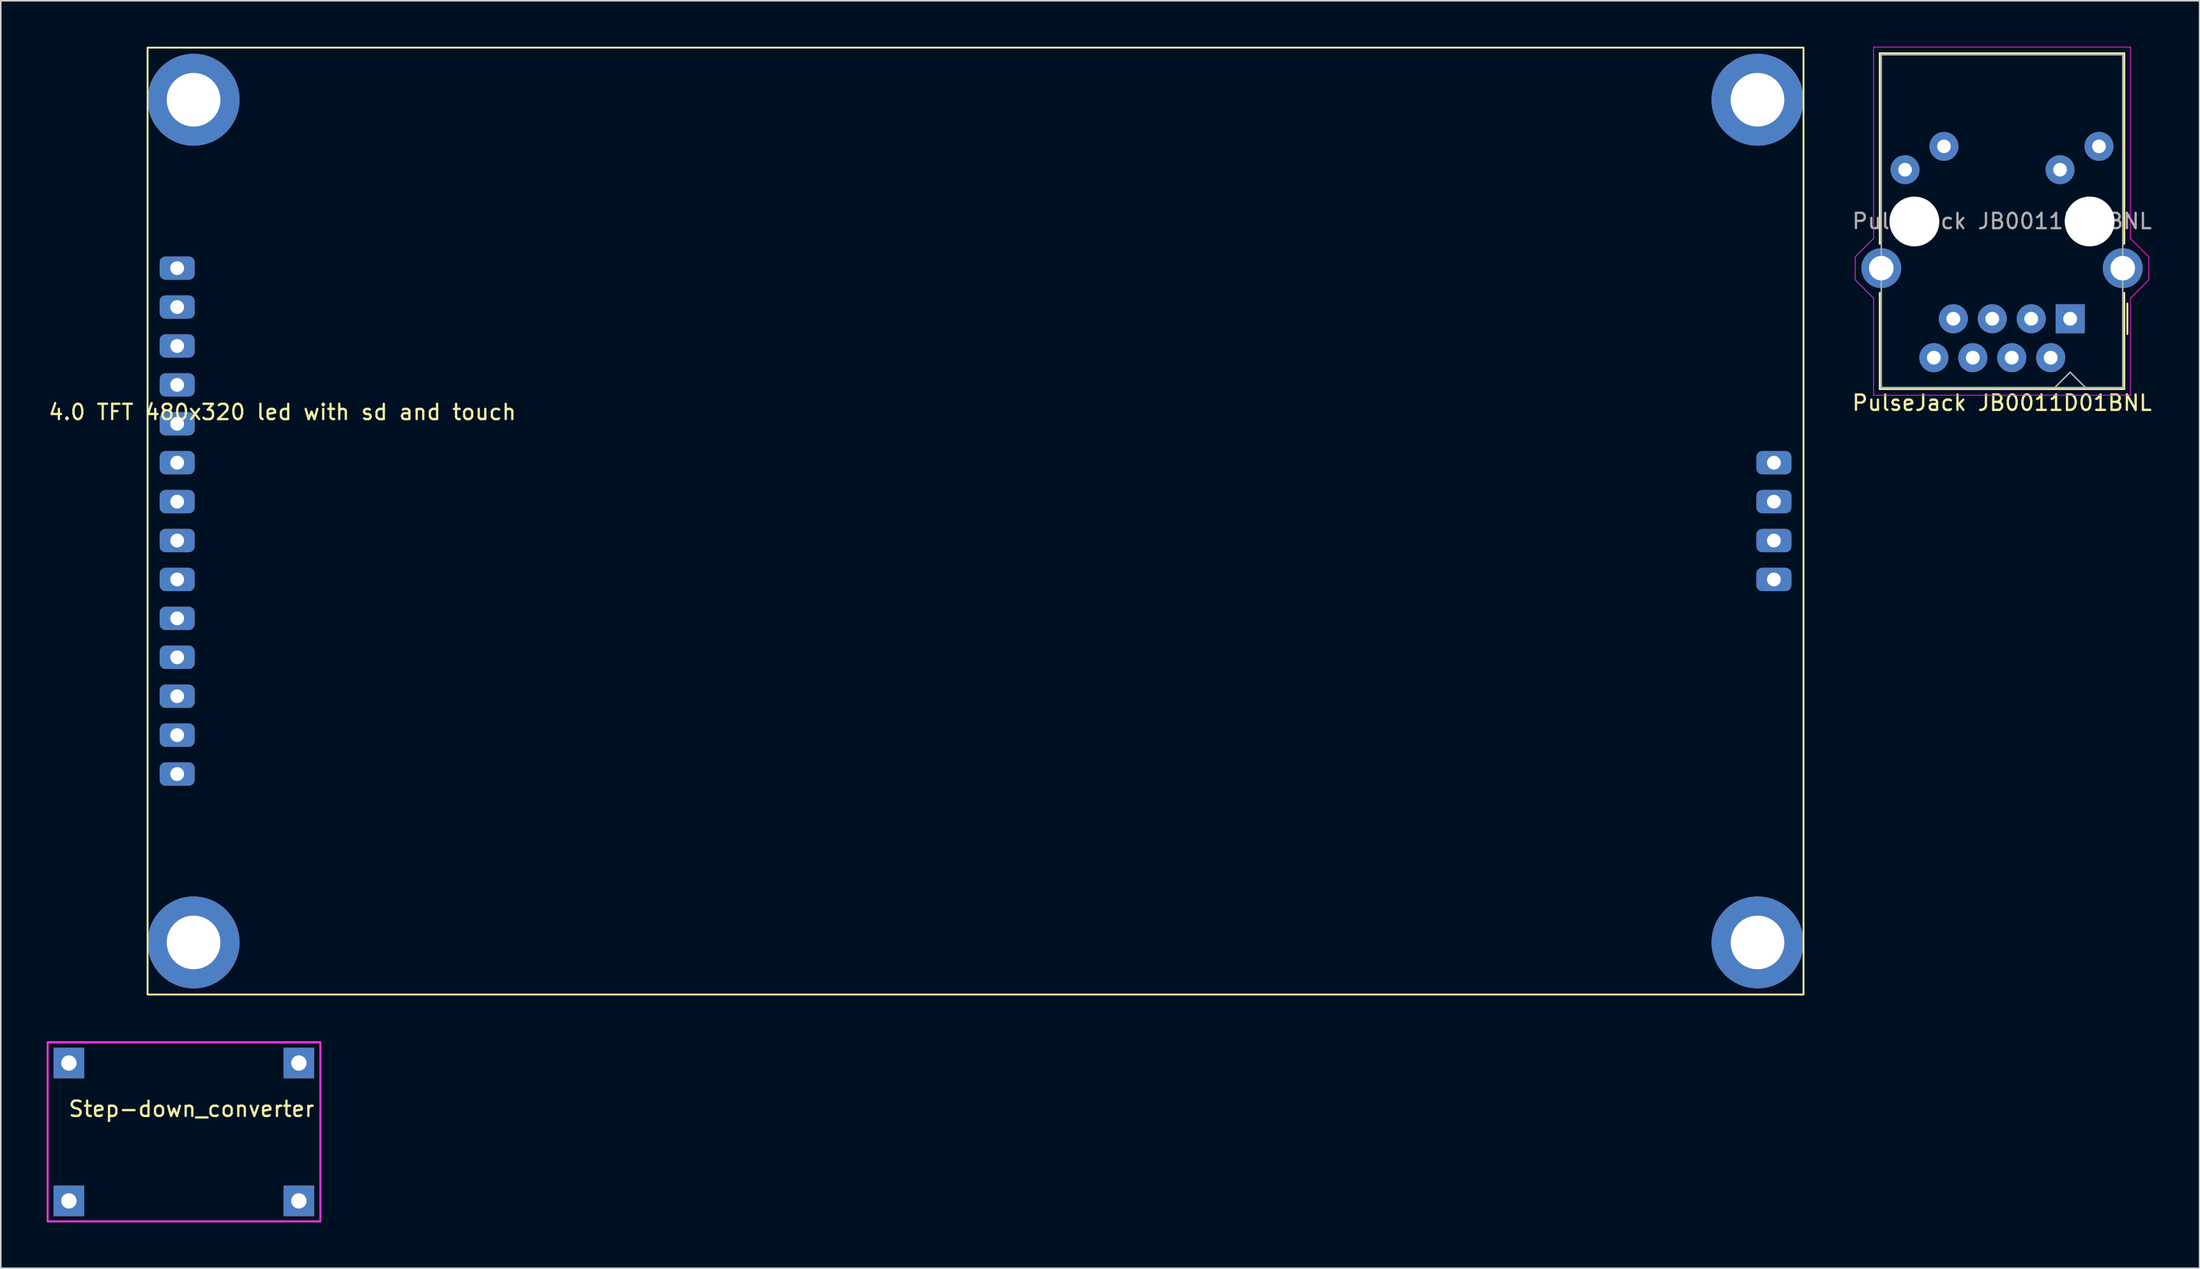
<source format=kicad_pcb>
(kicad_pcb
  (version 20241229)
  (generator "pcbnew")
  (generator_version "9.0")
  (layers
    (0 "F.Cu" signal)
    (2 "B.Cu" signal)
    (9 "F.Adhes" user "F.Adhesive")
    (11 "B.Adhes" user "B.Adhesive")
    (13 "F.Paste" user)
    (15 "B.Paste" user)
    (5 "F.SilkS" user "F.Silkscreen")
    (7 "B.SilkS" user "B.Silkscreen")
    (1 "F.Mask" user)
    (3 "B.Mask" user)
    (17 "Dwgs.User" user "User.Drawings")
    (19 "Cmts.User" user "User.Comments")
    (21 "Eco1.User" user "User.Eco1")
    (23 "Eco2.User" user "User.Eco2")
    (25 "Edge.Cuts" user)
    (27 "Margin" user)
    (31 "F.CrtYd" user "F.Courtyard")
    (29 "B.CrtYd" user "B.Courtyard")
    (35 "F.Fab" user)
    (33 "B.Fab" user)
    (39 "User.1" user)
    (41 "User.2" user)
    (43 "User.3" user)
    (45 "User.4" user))
  (footprint "PulseJack JB0011D01BNL"
    (layer "F.Cu")
    (at 131.967 17.755)
    (property "Reference" "PulseJack JB0011D01BNL" (at -4.445 5.49 180) (layer "F.SilkS") (effects (font (size 1 1) (thickness 0.15))))
    (attr through_hole)
    (fp_line (start -12.42 -17.33) (end 3.53 -17.33) (stroke (width 0.12) (type solid)) (layer "F.SilkS"))
    (fp_line (start -12.42 -4.89) (end -12.42 -17.33) (stroke (width 0.12) (type solid)) (layer "F.SilkS"))
    (fp_line (start -12.42 4.59) (end -12.42 -1.69) (stroke (width 0.12) (type solid)) (layer "F.SilkS"))
    (fp_line (start 3.53 -17.33) (end 3.53 -4.89) (stroke (width 0.12) (type solid)) (layer "F.SilkS"))
    (fp_line (start 3.53 -1.69) (end 3.53 4.59) (stroke (width 0.12) (type solid)) (layer "F.SilkS"))
    (fp_line (start 3.53 4.59) (end -12.42 4.59) (stroke (width 0.12) (type solid)) (layer "F.SilkS"))
    (fp_line (start 3.73 1) (end 3.73 -1) (stroke (width 0.12) (type solid)) (layer "F.SilkS"))
    (fp_line (start -14.02 -4.04) (end -12.82 -5.24) (stroke (width 0.05) (type default)) (layer "F.CrtYd"))
    (fp_line (start -14.02 -2.54) (end -14.02 -4.04) (stroke (width 0.05) (type solid)) (layer "F.CrtYd"))
    (fp_line (start -12.82 -5.24) (end -12.82 -17.73) (stroke (width 0.05) (type solid)) (layer "F.CrtYd"))
    (fp_line (start -12.82 -1.34) (end -14.02 -2.54) (stroke (width 0.05) (type default)) (layer "F.CrtYd"))
    (fp_line (start -12.82 4.99) (end -12.82 -1.34) (stroke (width 0.05) (type solid)) (layer "F.CrtYd"))
    (fp_line (start -12.82 4.99) (end 3.93 4.99) (stroke (width 0.05) (type solid)) (layer "F.CrtYd"))
    (fp_line (start 3.93 -17.73) (end -12.82 -17.73) (stroke (width 0.05) (type solid)) (layer "F.CrtYd"))
    (fp_line (start 3.93 -5.24) (end 3.93 -17.73) (stroke (width 0.05) (type solid)) (layer "F.CrtYd"))
    (fp_line (start 3.93 -1.34) (end 5.13 -2.54) (stroke (width 0.05) (type default)) (layer "F.CrtYd"))
    (fp_line (start 3.93 4.99) (end 3.93 -1.34) (stroke (width 0.05) (type solid)) (layer "F.CrtYd"))
    (fp_line (start 5.13 -4.04) (end 3.93 -5.24) (stroke (width 0.05) (type default)) (layer "F.CrtYd"))
    (fp_line (start 5.13 -2.54) (end 5.13 -4.04) (stroke (width 0.05) (type solid)) (layer "F.CrtYd"))
    (fp_line (start -12.32 -17.23) (end 3.43 -17.23) (stroke (width 0.1) (type solid)) (layer "F.Fab"))
    (fp_line (start -12.32 4.49) (end -12.32 -17.23) (stroke (width 0.1) (type solid)) (layer "F.Fab"))
    (fp_line (start 0 3.49) (end -1 4.49) (stroke (width 0.1) (type default)) (layer "F.Fab"))
    (fp_line (start 0 3.49) (end 1 4.49) (stroke (width 0.1) (type default)) (layer "F.Fab"))
    (fp_line (start 3.43 -17.23) (end 3.43 4.49) (stroke (width 0.1) (type solid)) (layer "F.Fab"))
    (fp_line (start 3.43 4.49) (end -12.32 4.49) (stroke (width 0.1) (type solid)) (layer "F.Fab"))
    (fp_text user "${REFERENCE}" (at -4.445 -6.37 180) (layer "F.Fab") (effects (font (size 1 1) (thickness 0.15))))
    (pad "" np_thru_hole circle (at -10.16 -6.35 180) (size 3.25 3.25) (drill 3.25) (layers "*.Cu" "*.Mask"))
    (pad "" np_thru_hole circle (at 1.27 -6.35 180) (size 3.25 3.25) (drill 3.25) (layers "*.Cu" "*.Mask"))
    (pad "1" thru_hole rect (at 0 0 180) (size 1.9 1.9) (drill 0.9) (layers "*.Cu" "*.Mask"))
    (pad "2" thru_hole circle (at -1.27 2.54 180) (size 1.9 1.9) (drill 0.9) (layers "*.Cu" "*.Mask"))
    (pad "3" thru_hole circle (at -2.54 0 180) (size 1.9 1.9) (drill 0.9) (layers "*.Cu" "*.Mask"))
    (pad "4" thru_hole circle (at -3.81 2.54 180) (size 1.9 1.9) (drill 0.9) (layers "*.Cu" "*.Mask"))
    (pad "5" thru_hole circle (at -5.08 0 180) (size 1.9 1.9) (drill 0.9) (layers "*.Cu" "*.Mask"))
    (pad "6" thru_hole circle (at -6.35 2.54 180) (size 1.9 1.9) (drill 0.9) (layers "*.Cu" "*.Mask"))
    (pad "7" thru_hole circle (at -7.62 0 180) (size 1.9 1.9) (drill 0.9) (layers "*.Cu" "*.Mask"))
    (pad "8" thru_hole circle (at -8.89 2.54 180) (size 1.9 1.9) (drill 0.9) (layers "*.Cu" "*.Mask"))
    (pad "9" thru_hole circle (at 1.88 -11.252 180) (size 1.89 1.89) (drill 0.89) (layers "*.Cu" "*.Mask"))
    (pad "10" thru_hole circle (at -0.66 -9.728 180) (size 1.89 1.89) (drill 0.89) (layers "*.Cu" "*.Mask"))
    (pad "11" thru_hole circle (at -8.23 -11.252 180) (size 1.89 1.89) (drill 0.89) (layers "*.Cu" "*.Mask"))
    (pad "12" thru_hole circle (at -10.77 -9.728 180) (size 1.89 1.89) (drill 0.89) (layers "*.Cu" "*.Mask"))
    (pad "SH" thru_hole circle (at -12.319 -3.302 180) (size 2.6 2.6) (drill 1.6) (layers "*.Cu" "*.Mask"))
    (pad "SH" thru_hole circle (at 3.429 -3.302 180) (size 2.6 2.6) (drill 1.6) (layers "*.Cu" "*.Mask"))
    (zone (net_name "") (layers "F.Cu" "B.Cu" "F.SilkS") (name "No trace zone") (hatch edge 0.5) (connect_pads) (min_thickness 0.25) (filled_areas_thickness no) (keepout (tracks not_allowed) (vias not_allowed) (pads not_allowed) (copperpour allowed) (footprints allowed)) (placement (enabled no)) (fill) (polygon (pts (xy 135.65 3.785) (xy 119.394 3.785) (xy 119.394 0.229) (xy 135.65 0.229)))))
  (footprint "Step-down_converter"
    (layer "F.Cu")
    (at 8.442 71.33)
    (property "Reference" "Step-down_converter" (at 1 -2 0) (unlocked yes) (layer "F.SilkS") (effects (font (size 1 1) (thickness 0.15))))
    (attr smd)
    (fp_rect (start 9.398 -6.35) (end -8.382 5.334) (stroke (width 0.12) (type solid)) (fill no) (layer "F.SilkS"))
    (fp_rect (start -8.382 -6.35) (end 9.398 5.334) (stroke (width 0.12) (type solid)) (fill no) (layer "F.CrtYd"))
    (pad "IN+" thru_hole rect (at -7 4) (size 2 2) (drill 1) (layers "*.Cu" "*.Mask"))
    (pad "IN-" thru_hole rect (at -7 -5) (size 2 2) (drill 1) (layers "*.Cu" "*.Mask"))
    (pad "OUT+" thru_hole rect (at 8 4) (size 2 2) (drill 1) (layers "*.Cu" "*.Mask"))
    (pad "OUT-" thru_hole rect (at 8 -5) (size 2 2) (drill 1) (layers "*.Cu" "*.Mask")))
  (footprint "4.0 TFT 480x320 led with sd and touch"
    (layer "F.Cu")
    (at 8.505 30.96)
    (property "Reference" "4.0 TFT 480x320 led with sd and touch" (at 6.858 -7.112 0) (unlocked yes) (layer "F.SilkS") (effects (font (size 1 1) (thickness 0.15))))
    (attr through_hole)
    (fp_rect (start -1.93 30.9) (end 106.07 -30.9) (stroke (width 0.12) (type solid)) (fill no) (layer "F.SilkS"))
    (pad "" np_thru_hole circle (at 1.07 -27.5) (size 6 6) (drill 3.5) (layers "*.Cu" "*.Mask"))
    (pad "" np_thru_hole circle (at 1.07 27.5) (size 6 6) (drill 3.5) (layers "*.Cu" "*.Mask"))
    (pad "" np_thru_hole circle (at 103.07 -27.5) (size 6 6) (drill 3.5) (layers "*.Cu" "*.Mask"))
    (pad "" np_thru_hole circle (at 103.07 27.5) (size 6 6) (drill 3.5) (layers "*.Cu" "*.Mask"))
    (pad "1" thru_hole roundrect (at 104.14 3.81 180) (size 2.286 1.524) (drill 0.9) (layers "*.Cu" "*.Mask") (roundrect_rratio 0.25))
    (pad "2" thru_hole roundrect (at 104.14 1.27 180) (size 2.286 1.524) (drill 0.9) (layers "*.Cu" "*.Mask") (roundrect_rratio 0.25))
    (pad "3" thru_hole roundrect (at 104.14 -1.27 180) (size 2.286 1.524) (drill 0.9) (layers "*.Cu" "*.Mask") (roundrect_rratio 0.25))
    (pad "4" thru_hole roundrect (at 104.14 -3.81 180) (size 2.286 1.524) (drill 0.9) (layers "*.Cu" "*.Mask") (roundrect_rratio 0.25))
    (pad "5" thru_hole roundrect (at 0 16.51 180) (size 2.286 1.524) (drill 0.9) (layers "*.Cu" "*.Mask") (roundrect_rratio 0.25))
    (pad "6" thru_hole roundrect (at 0 13.97 180) (size 2.286 1.524) (drill 0.9) (layers "*.Cu" "*.Mask") (roundrect_rratio 0.25))
    (pad "7" thru_hole roundrect (at 0 11.43 180) (size 2.286 1.524) (drill 0.9) (layers "*.Cu" "*.Mask") (roundrect_rratio 0.25))
    (pad "8" thru_hole roundrect (at 0 8.89 180) (size 2.286 1.524) (drill 0.9) (layers "*.Cu" "*.Mask") (roundrect_rratio 0.25))
    (pad "9" thru_hole roundrect (at 0 6.35 180) (size 2.286 1.524) (drill 0.9) (layers "*.Cu" "*.Mask") (roundrect_rratio 0.25))
    (pad "10" thru_hole roundrect (at 0 3.81 180) (size 2.286 1.524) (drill 0.9) (layers "*.Cu" "*.Mask") (roundrect_rratio 0.25))
    (pad "11" thru_hole roundrect (at 0 1.27 180) (size 2.286 1.524) (drill 0.9) (layers "*.Cu" "*.Mask") (roundrect_rratio 0.25))
    (pad "12" thru_hole roundrect (at 0 -1.27 180) (size 2.286 1.524) (drill 0.9) (layers "*.Cu" "*.Mask") (roundrect_rratio 0.25))
    (pad "13" thru_hole roundrect (at 0 -3.81 180) (size 2.286 1.524) (drill 0.9) (layers "*.Cu" "*.Mask") (roundrect_rratio 0.25))
    (pad "14" thru_hole roundrect (at 0 -6.35 180) (size 2.286 1.524) (drill 0.9) (layers "*.Cu" "*.Mask") (roundrect_rratio 0.25))
    (pad "15" thru_hole roundrect (at 0 -8.89 180) (size 2.286 1.524) (drill 0.9) (layers "*.Cu" "*.Mask") (roundrect_rratio 0.25))
    (pad "16" thru_hole roundrect (at 0 -11.43 180) (size 2.286 1.524) (drill 0.9) (layers "*.Cu" "*.Mask") (roundrect_rratio 0.25))
    (pad "17" thru_hole roundrect (at 0 -13.97 180) (size 2.286 1.524) (drill 0.9) (layers "*.Cu" "*.Mask") (roundrect_rratio 0.25))
    (pad "18" thru_hole roundrect (at 0 -16.51 180) (size 2.286 1.524) (drill 0.9) (layers "*.Cu" "*.Mask") (roundrect_rratio 0.25)))
  (gr_rect
    (start -3 -3)
    (end 140.409 79.724)
    (stroke (width 0.1) (type default))
    (fill no)
    (layer "Edge.Cuts")))
</source>
